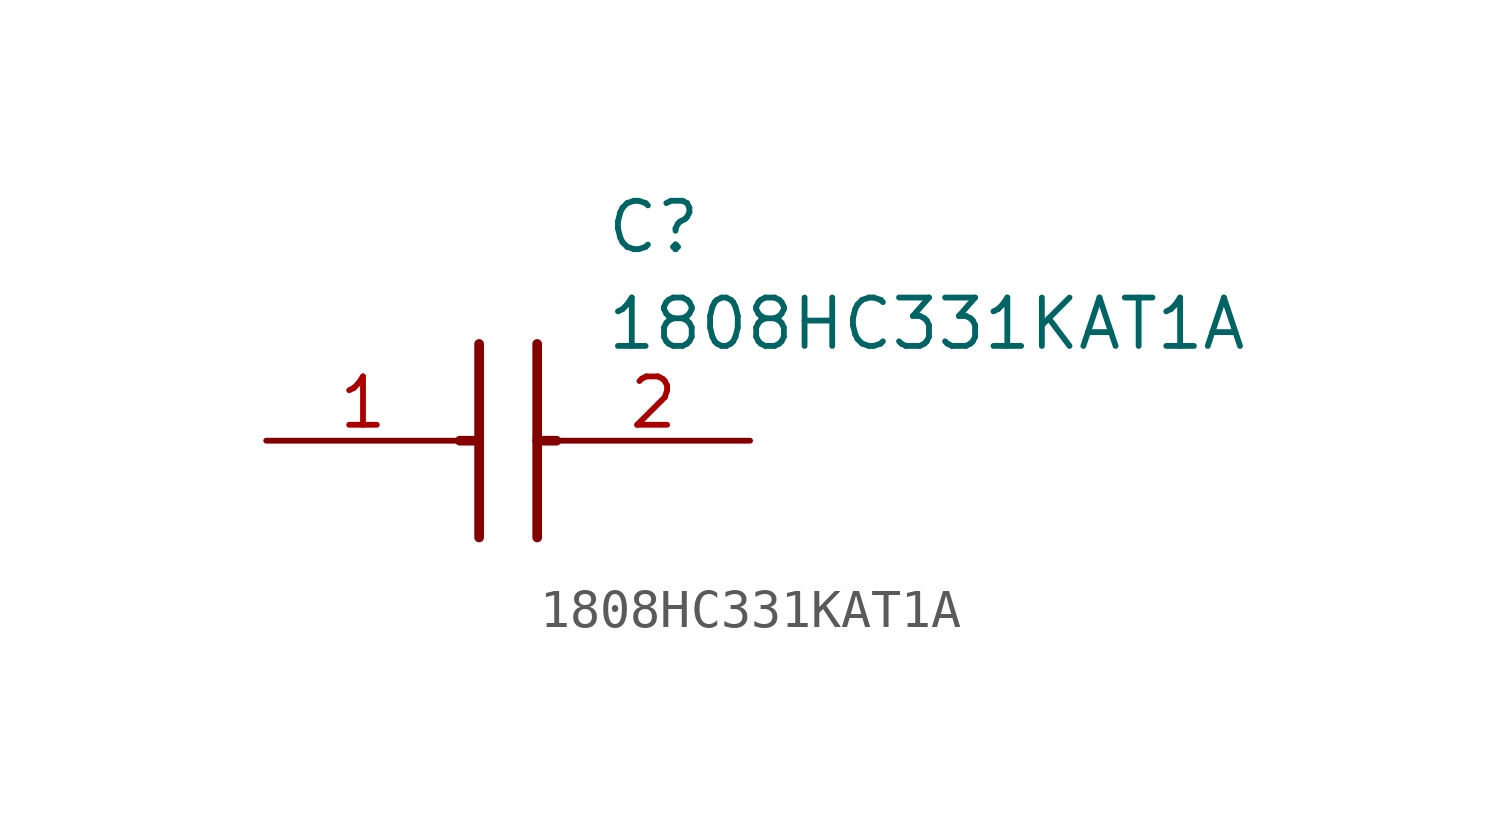
<source format=kicad_sym>
(kicad_symbol_lib
  (version 20211014)
  (generator SamacSys_ECAD_Model)
  (symbol "1808HC331KAT1A"
    (pin_names hide)
    (property "Reference" "C"
      (at 8.89 6.35 0)
      (effects (font (size 1.27 1.27)) (justify left top)))
    (property "Value" "1808HC331KAT1A"
      (at 8.89 3.81 0)
      (effects (font (size 1.27 1.27)) (justify left top)))
    (polyline
      (pts (xy 5.588 2.54) (xy 5.588 -2.54))
      (stroke (width 0.254) (type default))
      (fill (type none)))
    (polyline
      (pts (xy 7.112 2.54) (xy 7.112 -2.54))
      (stroke (width 0.254) (type default))
      (fill (type none)))
    (polyline
      (pts (xy 5.08 0) (xy 5.588 0))
      (stroke (width 0.254) (type default))
      (fill (type none)))
    (polyline
      (pts (xy 7.112 0) (xy 7.62 0))
      (stroke (width 0.254) (type default))
      (fill (type none)))
    (pin passive line
      (at 0 0 0)
      (length 5.08)
      (name "1" (effects (font (size 1.27 1.27))))
      (number "1" (effects (font (size 1.27 1.27)))))
    (pin passive line
      (at 12.7 0 180)
      (length 5.08)
      (name "2" (effects (font (size 1.27 1.27))))
      (number "2" (effects (font (size 1.27 1.27)))))))
</source>
